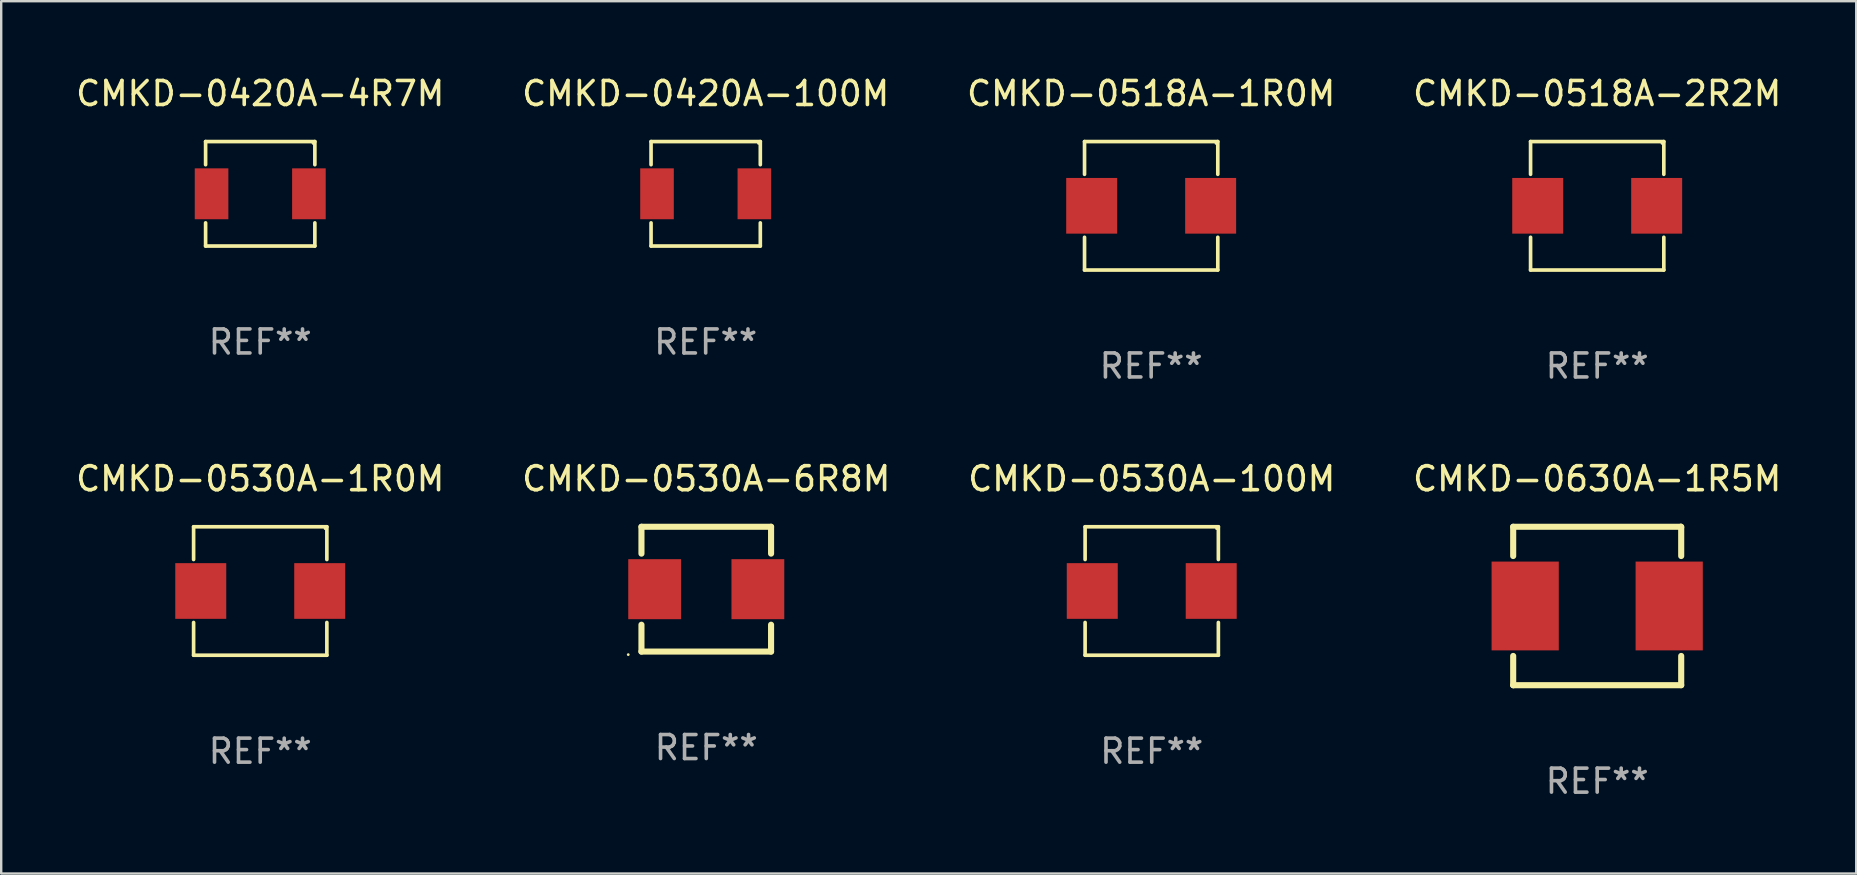
<source format=kicad_pcb>
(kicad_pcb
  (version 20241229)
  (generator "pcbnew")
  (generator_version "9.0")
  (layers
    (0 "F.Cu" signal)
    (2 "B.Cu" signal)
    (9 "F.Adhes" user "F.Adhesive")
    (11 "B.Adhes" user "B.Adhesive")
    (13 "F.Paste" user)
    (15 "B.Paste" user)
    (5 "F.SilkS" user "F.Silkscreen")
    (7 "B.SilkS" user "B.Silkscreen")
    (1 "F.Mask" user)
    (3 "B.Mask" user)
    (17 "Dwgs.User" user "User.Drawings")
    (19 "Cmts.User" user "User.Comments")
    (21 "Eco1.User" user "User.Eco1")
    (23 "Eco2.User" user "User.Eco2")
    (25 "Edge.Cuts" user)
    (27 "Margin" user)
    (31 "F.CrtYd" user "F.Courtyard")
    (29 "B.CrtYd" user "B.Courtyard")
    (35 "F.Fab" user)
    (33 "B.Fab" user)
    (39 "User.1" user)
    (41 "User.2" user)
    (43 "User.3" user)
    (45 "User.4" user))
  (footprint "CMKD-0420A-100M"
    (layer "F.Cu")
    (at 26.351 5.024)
    (property "Reference" "CMKD-0420A-100M" (at 0 -4.176 0) (layer "F.SilkS") (effects (font (size 1 1) (thickness 0.15))))
    (attr through_hole)
    (fp_line (start -2.276 -2.176) (end 2.276 -2.176) (stroke (width 0.152) (type solid)) (layer "F.SilkS"))
    (fp_line (start -2.276 -1.212) (end -2.276 -2.176) (stroke (width 0.152) (type solid)) (layer "F.SilkS"))
    (fp_line (start -2.276 1.212) (end -2.276 2.176) (stroke (width 0.152) (type solid)) (layer "F.SilkS"))
    (fp_line (start -2.276 2.176) (end 2.276 2.176) (stroke (width 0.152) (type solid)) (layer "F.SilkS"))
    (fp_line (start 2.276 -2.176) (end 2.276 -1.212) (stroke (width 0.152) (type solid)) (layer "F.SilkS"))
    (fp_line (start 2.276 2.176) (end 2.276 1.212) (stroke (width 0.152) (type solid)) (layer "F.SilkS"))
    (fp_circle (center 2.2 -2.1) (end 2.23 -2.1) (stroke (width 0.06) (type solid)) (fill no) (layer "F.SilkS"))
    (fp_text user "REF**" (at 0 6.176 0) (layer "F.Fab") (effects (font (size 1 1) (thickness 0.15))))
    (pad "1" smd rect (at 2.028 0) (size 1.4 2.12) (layers "F.Cu" "F.Mask" "F.Paste"))
    (pad "2" smd rect (at -2.028 0) (size 1.4 2.12) (layers "F.Cu" "F.Mask" "F.Paste")))
  (footprint "CMKD-0420A-4R7M"
    (layer "F.Cu")
    (at 7.792 5.024)
    (property "Reference" "CMKD-0420A-4R7M" (at 0 -4.176 0) (layer "F.SilkS") (effects (font (size 1 1) (thickness 0.15))))
    (attr through_hole)
    (fp_line (start -2.276 -2.176) (end 2.276 -2.176) (stroke (width 0.152) (type solid)) (layer "F.SilkS"))
    (fp_line (start -2.276 -1.212) (end -2.276 -2.176) (stroke (width 0.152) (type solid)) (layer "F.SilkS"))
    (fp_line (start -2.276 1.212) (end -2.276 2.176) (stroke (width 0.152) (type solid)) (layer "F.SilkS"))
    (fp_line (start -2.276 2.176) (end 2.276 2.176) (stroke (width 0.152) (type solid)) (layer "F.SilkS"))
    (fp_line (start 2.276 -2.176) (end 2.276 -1.212) (stroke (width 0.152) (type solid)) (layer "F.SilkS"))
    (fp_line (start 2.276 2.176) (end 2.276 1.212) (stroke (width 0.152) (type solid)) (layer "F.SilkS"))
    (fp_circle (center 2.2 -2.1) (end 2.23 -2.1) (stroke (width 0.06) (type solid)) (fill no) (layer "F.SilkS"))
    (fp_text user "REF**" (at 0 6.176 0) (layer "F.Fab") (effects (font (size 1 1) (thickness 0.15))))
    (pad "1" smd rect (at 2.028 0) (size 1.4 2.12) (layers "F.Cu" "F.Mask" "F.Paste"))
    (pad "2" smd rect (at -2.028 0) (size 1.4 2.12) (layers "F.Cu" "F.Mask" "F.Paste")))
  (footprint "CMKD-0530A-1R0M"
    (layer "F.Cu")
    (at 7.792 21.573)
    (property "Reference" "CMKD-0530A-1R0M" (at 0 -4.676 0) (layer "F.SilkS") (effects (font (size 1 1) (thickness 0.15))))
    (attr through_hole)
    (fp_line (start -2.776 -2.676) (end 2.776 -2.676) (stroke (width 0.152) (type solid)) (layer "F.SilkS"))
    (fp_line (start -2.776 -1.312) (end -2.776 -2.676) (stroke (width 0.152) (type solid)) (layer "F.SilkS"))
    (fp_line (start -2.776 1.312) (end -2.776 2.676) (stroke (width 0.152) (type solid)) (layer "F.SilkS"))
    (fp_line (start -2.776 2.676) (end 2.776 2.676) (stroke (width 0.152) (type solid)) (layer "F.SilkS"))
    (fp_line (start 2.776 -2.676) (end 2.776 -1.312) (stroke (width 0.152) (type solid)) (layer "F.SilkS"))
    (fp_line (start 2.776 2.676) (end 2.776 1.312) (stroke (width 0.152) (type solid)) (layer "F.SilkS"))
    (fp_circle (center 2.7 -2.6) (end 2.73 -2.6) (stroke (width 0.06) (type solid)) (fill no) (layer "F.SilkS"))
    (fp_text user "REF**" (at 0 6.676 0) (layer "F.Fab") (effects (font (size 1 1) (thickness 0.15))))
    (pad "1" smd rect (at 2.478 0) (size 2.124 2.32) (layers "F.Cu" "F.Mask" "F.Paste"))
    (pad "2" smd rect (at -2.478 0) (size 2.124 2.32) (layers "F.Cu" "F.Mask" "F.Paste")))
  (footprint "CMKD-0530A-6R8M"
    (layer "F.Cu")
    (at 26.375 21.497)
    (property "Reference" "CMKD-0530A-6R8M" (at 0 -4.6 0) (layer "F.SilkS") (effects (font (size 1 1) (thickness 0.15))))
    (attr through_hole)
    (fp_line (start -2.7 -2.6) (end -2.7 -1.481) (stroke (width 0.254) (type solid)) (layer "F.SilkS"))
    (fp_line (start -2.7 -2.6) (end 2.7 -2.6) (stroke (width 0.254) (type solid)) (layer "F.SilkS"))
    (fp_line (start -2.7 1.481) (end -2.7 2.6) (stroke (width 0.254) (type solid)) (layer "F.SilkS"))
    (fp_line (start 2.7 -2.6) (end 2.7 -1.481) (stroke (width 0.254) (type solid)) (layer "F.SilkS"))
    (fp_line (start 2.7 1.481) (end 2.7 2.6) (stroke (width 0.254) (type solid)) (layer "F.SilkS"))
    (fp_line (start 2.7 2.6) (end -2.7 2.6) (stroke (width 0.254) (type solid)) (layer "F.SilkS"))
    (fp_circle (center -3.25 2.727) (end -3.22 2.727) (stroke (width 0.06) (type solid)) (fill no) (layer "F.SilkS"))
    (fp_text user "REF**" (at 0 6.6 0) (layer "F.Fab") (effects (font (size 1 1) (thickness 0.15))))
    (pad "1" smd rect (at -2.15 0) (size 2.2 2.5) (layers "F.Cu" "F.Mask" "F.Paste"))
    (pad "2" smd rect (at 2.15 0) (size 2.2 2.5) (layers "F.Cu" "F.Mask" "F.Paste")))
  (footprint "CMKD-0518A-1R0M"
    (layer "F.Cu")
    (at 44.911 5.524)
    (property "Reference" "CMKD-0518A-1R0M" (at 0 -4.676 0) (layer "F.SilkS") (effects (font (size 1 1) (thickness 0.15))))
    (attr through_hole)
    (fp_line (start -2.776 -2.676) (end 2.776 -2.676) (stroke (width 0.152) (type solid)) (layer "F.SilkS"))
    (fp_line (start -2.776 -1.312) (end -2.776 -2.676) (stroke (width 0.152) (type solid)) (layer "F.SilkS"))
    (fp_line (start -2.776 1.312) (end -2.776 2.676) (stroke (width 0.152) (type solid)) (layer "F.SilkS"))
    (fp_line (start -2.776 2.676) (end 2.776 2.676) (stroke (width 0.152) (type solid)) (layer "F.SilkS"))
    (fp_line (start 2.776 -2.676) (end 2.776 -1.312) (stroke (width 0.152) (type solid)) (layer "F.SilkS"))
    (fp_line (start 2.776 2.676) (end 2.776 1.312) (stroke (width 0.152) (type solid)) (layer "F.SilkS"))
    (fp_circle (center 2.7 -2.6) (end 2.73 -2.6) (stroke (width 0.06) (type solid)) (fill no) (layer "F.SilkS"))
    (fp_text user "REF**" (at 0 6.676 0) (layer "F.Fab") (effects (font (size 1 1) (thickness 0.15))))
    (pad "1" smd rect (at 2.478 0) (size 2.124 2.32) (layers "F.Cu" "F.Mask" "F.Paste"))
    (pad "2" smd rect (at -2.478 0) (size 2.124 2.32) (layers "F.Cu" "F.Mask" "F.Paste")))
  (footprint "CMKD-0630A-1R5M"
    (layer "F.Cu")
    (at 63.494 22.197)
    (property "Reference" "CMKD-0630A-1R5M" (at 0 -5.3 0) (layer "F.SilkS") (effects (font (size 1 1) (thickness 0.15))))
    (attr through_hole)
    (fp_line (start -3.5 -3.3) (end 3.48 -3.3) (stroke (width 0.254) (type solid)) (layer "F.SilkS"))
    (fp_line (start -3.5 -2.081) (end -3.5 -3.3) (stroke (width 0.254) (type solid)) (layer "F.SilkS"))
    (fp_line (start -3.5 3.3) (end -3.5 2.081) (stroke (width 0.254) (type solid)) (layer "F.SilkS"))
    (fp_line (start -3.49 3.3) (end -3.5 3.3) (stroke (width 0.254) (type solid)) (layer "F.SilkS"))
    (fp_line (start 3.48 -3.3) (end 3.5 -3.28) (stroke (width 0.254) (type solid)) (layer "F.SilkS"))
    (fp_line (start 3.5 -3.3) (end 3.5 -2.081) (stroke (width 0.254) (type solid)) (layer "F.SilkS"))
    (fp_line (start 3.5 2.081) (end 3.5 3.3) (stroke (width 0.254) (type solid)) (layer "F.SilkS"))
    (fp_line (start 3.5 3.3) (end -3.49 3.3) (stroke (width 0.254) (type solid)) (layer "F.SilkS"))
    (fp_circle (center -3.5 3.3) (end -3.47 3.3) (stroke (width 0.06) (type solid)) (fill no) (layer "F.SilkS"))
    (fp_text user "REF**" (at 0 7.3 0) (layer "F.Fab") (effects (font (size 1 1) (thickness 0.15))))
    (pad "1" smd rect (at -3 0) (size 2.8 3.7) (layers "F.Cu" "F.Mask" "F.Paste"))
    (pad "2" smd rect (at 3 0) (size 2.8 3.7) (layers "F.Cu" "F.Mask" "F.Paste")))
  (footprint "CMKD-0530A-100M"
    (layer "F.Cu")
    (at 44.935 21.573)
    (property "Reference" "CMKD-0530A-100M" (at 0 -4.676 0) (layer "F.SilkS") (effects (font (size 1 1) (thickness 0.15))))
    (attr through_hole)
    (fp_line (start -2.776 -2.676) (end 2.776 -2.676) (stroke (width 0.152) (type solid)) (layer "F.SilkS"))
    (fp_line (start -2.776 -1.312) (end -2.776 -2.676) (stroke (width 0.152) (type solid)) (layer "F.SilkS"))
    (fp_line (start -2.776 1.312) (end -2.776 2.676) (stroke (width 0.152) (type solid)) (layer "F.SilkS"))
    (fp_line (start -2.776 2.676) (end 2.776 2.676) (stroke (width 0.152) (type solid)) (layer "F.SilkS"))
    (fp_line (start 2.776 -2.676) (end 2.776 -1.312) (stroke (width 0.152) (type solid)) (layer "F.SilkS"))
    (fp_line (start 2.776 2.676) (end 2.776 1.312) (stroke (width 0.152) (type solid)) (layer "F.SilkS"))
    (fp_circle (center 2.7 -2.6) (end 2.73 -2.6) (stroke (width 0.06) (type solid)) (fill no) (layer "F.SilkS"))
    (fp_text user "REF**" (at 0 6.676 0) (layer "F.Fab") (effects (font (size 1 1) (thickness 0.15))))
    (pad "1" smd rect (at 2.478 0) (size 2.124 2.32) (layers "F.Cu" "F.Mask" "F.Paste"))
    (pad "2" smd rect (at -2.478 0) (size 2.124 2.32) (layers "F.Cu" "F.Mask" "F.Paste")))
  (footprint "CMKD-0518A-2R2M"
    (layer "F.Cu")
    (at 63.494 5.524)
    (property "Reference" "CMKD-0518A-2R2M" (at 0 -4.676 0) (layer "F.SilkS") (effects (font (size 1 1) (thickness 0.15))))
    (attr through_hole)
    (fp_line (start -2.776 -2.676) (end 2.776 -2.676) (stroke (width 0.152) (type solid)) (layer "F.SilkS"))
    (fp_line (start -2.776 -1.312) (end -2.776 -2.676) (stroke (width 0.152) (type solid)) (layer "F.SilkS"))
    (fp_line (start -2.776 1.312) (end -2.776 2.676) (stroke (width 0.152) (type solid)) (layer "F.SilkS"))
    (fp_line (start -2.776 2.676) (end 2.776 2.676) (stroke (width 0.152) (type solid)) (layer "F.SilkS"))
    (fp_line (start 2.776 -2.676) (end 2.776 -1.312) (stroke (width 0.152) (type solid)) (layer "F.SilkS"))
    (fp_line (start 2.776 2.676) (end 2.776 1.312) (stroke (width 0.152) (type solid)) (layer "F.SilkS"))
    (fp_circle (center 2.7 -2.6) (end 2.73 -2.6) (stroke (width 0.06) (type solid)) (fill no) (layer "F.SilkS"))
    (fp_text user "REF**" (at 0 6.676 0) (layer "F.Fab") (effects (font (size 1 1) (thickness 0.15))))
    (pad "1" smd rect (at 2.478 0) (size 2.124 2.32) (layers "F.Cu" "F.Mask" "F.Paste"))
    (pad "2" smd rect (at -2.478 0) (size 2.124 2.32) (layers "F.Cu" "F.Mask" "F.Paste")))
  (gr_rect
    (start -3 -3)
    (end 74.286 33.345)
    (stroke (width 0.1) (type default))
    (fill no)
    (layer "Edge.Cuts")))
</source>
